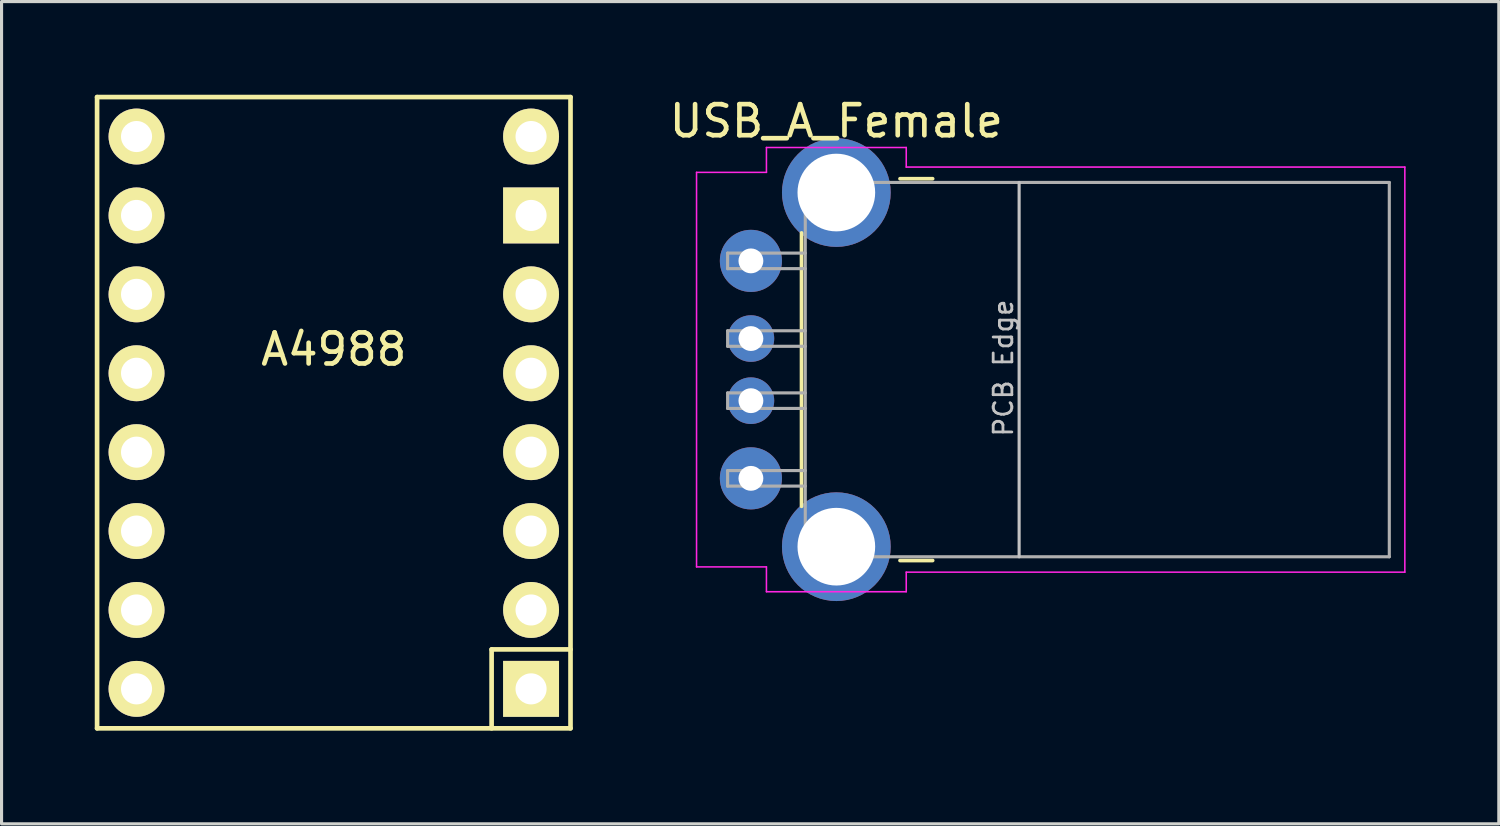
<source format=kicad_pcb>
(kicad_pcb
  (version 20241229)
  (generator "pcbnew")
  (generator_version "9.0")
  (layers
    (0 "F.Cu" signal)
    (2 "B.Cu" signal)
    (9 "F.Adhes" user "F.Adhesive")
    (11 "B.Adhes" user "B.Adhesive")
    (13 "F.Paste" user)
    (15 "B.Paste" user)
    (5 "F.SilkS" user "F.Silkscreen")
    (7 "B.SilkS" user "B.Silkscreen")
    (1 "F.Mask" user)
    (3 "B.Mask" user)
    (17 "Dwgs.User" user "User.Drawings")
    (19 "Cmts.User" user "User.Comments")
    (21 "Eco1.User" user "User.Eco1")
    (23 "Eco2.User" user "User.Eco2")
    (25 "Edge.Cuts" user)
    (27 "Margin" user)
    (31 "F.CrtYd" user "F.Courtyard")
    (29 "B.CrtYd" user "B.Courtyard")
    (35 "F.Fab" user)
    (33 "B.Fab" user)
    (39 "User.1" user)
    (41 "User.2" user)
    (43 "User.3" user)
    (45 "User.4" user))
  (footprint "A4988"
    (layer "F.Cu")
    (at 7.695 10.235)
    (property "Reference" "A4988" (at 0 -2.04 0) (layer "F.SilkS") (effects (font (size 1 1) (thickness 0.15))))
    (attr through_hole)
    (fp_line (start -7.62 -10.16) (end 7.62 -10.16) (stroke (width 0.15) (type solid)) (layer "F.SilkS"))
    (fp_line (start -7.62 10.16) (end -7.62 -10.16) (stroke (width 0.15) (type solid)) (layer "F.SilkS"))
    (fp_line (start 5.08 7.62) (end 5.08 10.16) (stroke (width 0.15) (type solid)) (layer "F.SilkS"))
    (fp_line (start 7.62 -10.16) (end 7.62 10.16) (stroke (width 0.15) (type solid)) (layer "F.SilkS"))
    (fp_line (start 7.62 7.62) (end 5.08 7.62) (stroke (width 0.15) (type solid)) (layer "F.SilkS"))
    (fp_line (start 7.62 10.16) (end -7.62 10.16) (stroke (width 0.15) (type solid)) (layer "F.SilkS"))
    (pad "1" thru_hole rect (at 6.35 8.89) (size 1.8 1.8) (drill 1) (layers "*.Cu" "*.Mask" "F.SilkS"))
    (pad "2" thru_hole circle (at 6.35 6.35) (size 1.8 1.8) (drill 1) (layers "*.Cu" "*.Mask" "F.SilkS"))
    (pad "3" thru_hole circle (at 6.35 3.81) (size 1.8 1.8) (drill 1) (layers "*.Cu" "*.Mask" "F.SilkS"))
    (pad "4" thru_hole circle (at 6.35 1.27) (size 1.8 1.8) (drill 1) (layers "*.Cu" "*.Mask" "F.SilkS"))
    (pad "5" thru_hole circle (at 6.35 -1.27) (size 1.8 1.8) (drill 1) (layers "*.Cu" "*.Mask" "F.SilkS"))
    (pad "6" thru_hole circle (at 6.35 -3.81) (size 1.8 1.8) (drill 1) (layers "*.Cu" "*.Mask" "F.SilkS"))
    (pad "7" thru_hole rect (at 6.35 -6.35) (size 1.8 1.8) (drill 1) (layers "*.Cu" "*.Mask" "F.SilkS"))
    (pad "8" thru_hole circle (at 6.35 -8.89) (size 1.8 1.8) (drill 1) (layers "*.Cu" "*.Mask" "F.SilkS"))
    (pad "9" thru_hole circle (at -6.35 -8.89) (size 1.8 1.8) (drill 1) (layers "*.Cu" "*.Mask" "F.SilkS"))
    (pad "10" thru_hole circle (at -6.35 -6.35) (size 1.8 1.8) (drill 1) (layers "*.Cu" "*.Mask" "F.SilkS"))
    (pad "11" thru_hole circle (at -6.35 -3.81) (size 1.8 1.8) (drill 1) (layers "*.Cu" "*.Mask" "F.SilkS"))
    (pad "12" thru_hole circle (at -6.35 -1.27) (size 1.8 1.8) (drill 1) (layers "*.Cu" "*.Mask" "F.SilkS"))
    (pad "13" thru_hole circle (at -6.35 1.27) (size 1.8 1.8) (drill 1) (layers "*.Cu" "*.Mask" "F.SilkS"))
    (pad "14" thru_hole circle (at -6.35 3.81) (size 1.8 1.8) (drill 1) (layers "*.Cu" "*.Mask" "F.SilkS"))
    (pad "15" thru_hole circle (at -6.35 6.35) (size 1.8 1.8) (drill 1) (layers "*.Cu" "*.Mask" "F.SilkS"))
    (pad "16" thru_hole circle (at -6.35 8.89) (size 1.8 1.8) (drill 1) (layers "*.Cu" "*.Mask" "F.SilkS")))
  (footprint "USB_A_Female"
    (layer "F.Cu")
    (at 30.772 8.848)
    (property "Reference" "USB_A_Female" (at -6.9 -8 0) (layer "F.SilkS") (effects (font (size 1 1) (thickness 0.15))))
    (attr smd)
    (fp_line (start -8.02 -4.4) (end -8.02 4.4) (stroke (width 0.12) (type solid)) (layer "F.SilkS"))
    (fp_line (start -4.85 -6.145) (end -3.8 -6.145) (stroke (width 0.12) (type solid)) (layer "F.SilkS"))
    (fp_line (start -4.85 6.145) (end -3.8 6.145) (stroke (width 0.12) (type solid)) (layer "F.SilkS"))
    (fp_line (start -1.016 6.025) (end -1.016 -6.025) (stroke (width 0.1) (type solid)) (layer "Dwgs.User"))
    (fp_line (start -11.4 -6.35) (end -9.15 -6.35) (stroke (width 0.05) (type solid)) (layer "F.CrtYd"))
    (fp_line (start -11.4 6.35) (end -11.4 -6.35) (stroke (width 0.05) (type solid)) (layer "F.CrtYd"))
    (fp_line (start -11.4 6.35) (end -9.15 6.35) (stroke (width 0.05) (type solid)) (layer "F.CrtYd"))
    (fp_line (start -9.15 -7.15) (end -9.15 -6.35) (stroke (width 0.05) (type solid)) (layer "F.CrtYd"))
    (fp_line (start -9.15 -7.15) (end -4.65 -7.15) (stroke (width 0.05) (type solid)) (layer "F.CrtYd"))
    (fp_line (start -9.15 6.35) (end -9.15 7.15) (stroke (width 0.05) (type solid)) (layer "F.CrtYd"))
    (fp_line (start -9.15 7.15) (end -4.65 7.15) (stroke (width 0.05) (type solid)) (layer "F.CrtYd"))
    (fp_line (start -4.65 -6.52) (end -4.65 -7.15) (stroke (width 0.05) (type solid)) (layer "F.CrtYd"))
    (fp_line (start -4.65 -6.52) (end 11.4 -6.52) (stroke (width 0.05) (type solid)) (layer "F.CrtYd"))
    (fp_line (start -4.65 6.52) (end 11.4 6.52) (stroke (width 0.05) (type solid)) (layer "F.CrtYd"))
    (fp_line (start -4.65 7.15) (end -4.65 6.52) (stroke (width 0.05) (type solid)) (layer "F.CrtYd"))
    (fp_line (start 11.4 6.52) (end 11.4 -6.52) (stroke (width 0.05) (type solid)) (layer "F.CrtYd"))
    (fp_line (start -10.4 -3.75) (end -7.9 -3.75) (stroke (width 0.1) (type solid)) (layer "F.Fab"))
    (fp_line (start -10.4 -3.25) (end -10.4 -3.75) (stroke (width 0.1) (type solid)) (layer "F.Fab"))
    (fp_line (start -10.4 -3.25) (end -7.9 -3.25) (stroke (width 0.1) (type solid)) (layer "F.Fab"))
    (fp_line (start -10.4 -1.25) (end -7.9 -1.25) (stroke (width 0.1) (type solid)) (layer "F.Fab"))
    (fp_line (start -10.4 -0.75) (end -10.4 -1.25) (stroke (width 0.1) (type solid)) (layer "F.Fab"))
    (fp_line (start -10.4 -0.75) (end -7.9 -0.75) (stroke (width 0.1) (type solid)) (layer "F.Fab"))
    (fp_line (start -10.4 0.75) (end -7.9 0.75) (stroke (width 0.1) (type solid)) (layer "F.Fab"))
    (fp_line (start -10.4 1.25) (end -10.4 0.75) (stroke (width 0.1) (type solid)) (layer "F.Fab"))
    (fp_line (start -10.4 1.25) (end -7.9 1.25) (stroke (width 0.1) (type solid)) (layer "F.Fab"))
    (fp_line (start -10.4 3.25) (end -7.9 3.25) (stroke (width 0.1) (type solid)) (layer "F.Fab"))
    (fp_line (start -10.4 3.75) (end -10.4 3.25) (stroke (width 0.1) (type solid)) (layer "F.Fab"))
    (fp_line (start -10.4 3.75) (end -7.9 3.75) (stroke (width 0.1) (type solid)) (layer "F.Fab"))
    (fp_line (start -7.9 -6.025) (end 10.9 -6.025) (stroke (width 0.1) (type solid)) (layer "F.Fab"))
    (fp_line (start -7.9 6.025) (end -7.9 -6.025) (stroke (width 0.1) (type solid)) (layer "F.Fab"))
    (fp_line (start -7.9 6.025) (end 10.9 6.025) (stroke (width 0.1) (type solid)) (layer "F.Fab"))
    (fp_line (start 10.9 6.025) (end 10.9 -6.025) (stroke (width 0.1) (type solid)) (layer "F.Fab"))
    (fp_text user "PCB Edge" (at -1.524 -0.05 90) (layer "Dwgs.User") (effects (font (size 0.6 0.6) (thickness 0.09))))
    (pad "1" thru_hole circle (at -9.65 3.5) (size 2 2) (drill 0.8) (layers "*.Cu" "*.Mask"))
    (pad "2" thru_hole circle (at -9.65 1) (size 1.5 1.5) (drill 0.8) (layers "*.Cu" "*.Mask"))
    (pad "3" thru_hole circle (at -9.65 -1) (size 1.5 1.5) (drill 0.8) (layers "*.Cu" "*.Mask"))
    (pad "4" thru_hole circle (at -9.65 -3.5) (size 2 2) (drill 0.8) (layers "*.Cu" "*.Mask"))
    (pad "5" thru_hole circle (at -6.9 -5.7) (size 3.5 3.5) (drill 2.5) (layers "*.Cu" "*.Mask"))
    (pad "5" thru_hole circle (at -6.9 5.7) (size 3.5 3.5) (drill 2.5) (layers "*.Cu" "*.Mask")))
  (gr_rect
    (start -3 -3)
    (end 45.197 23.47)
    (stroke (width 0.1) (type default))
    (fill no)
    (layer "Edge.Cuts")))
</source>
